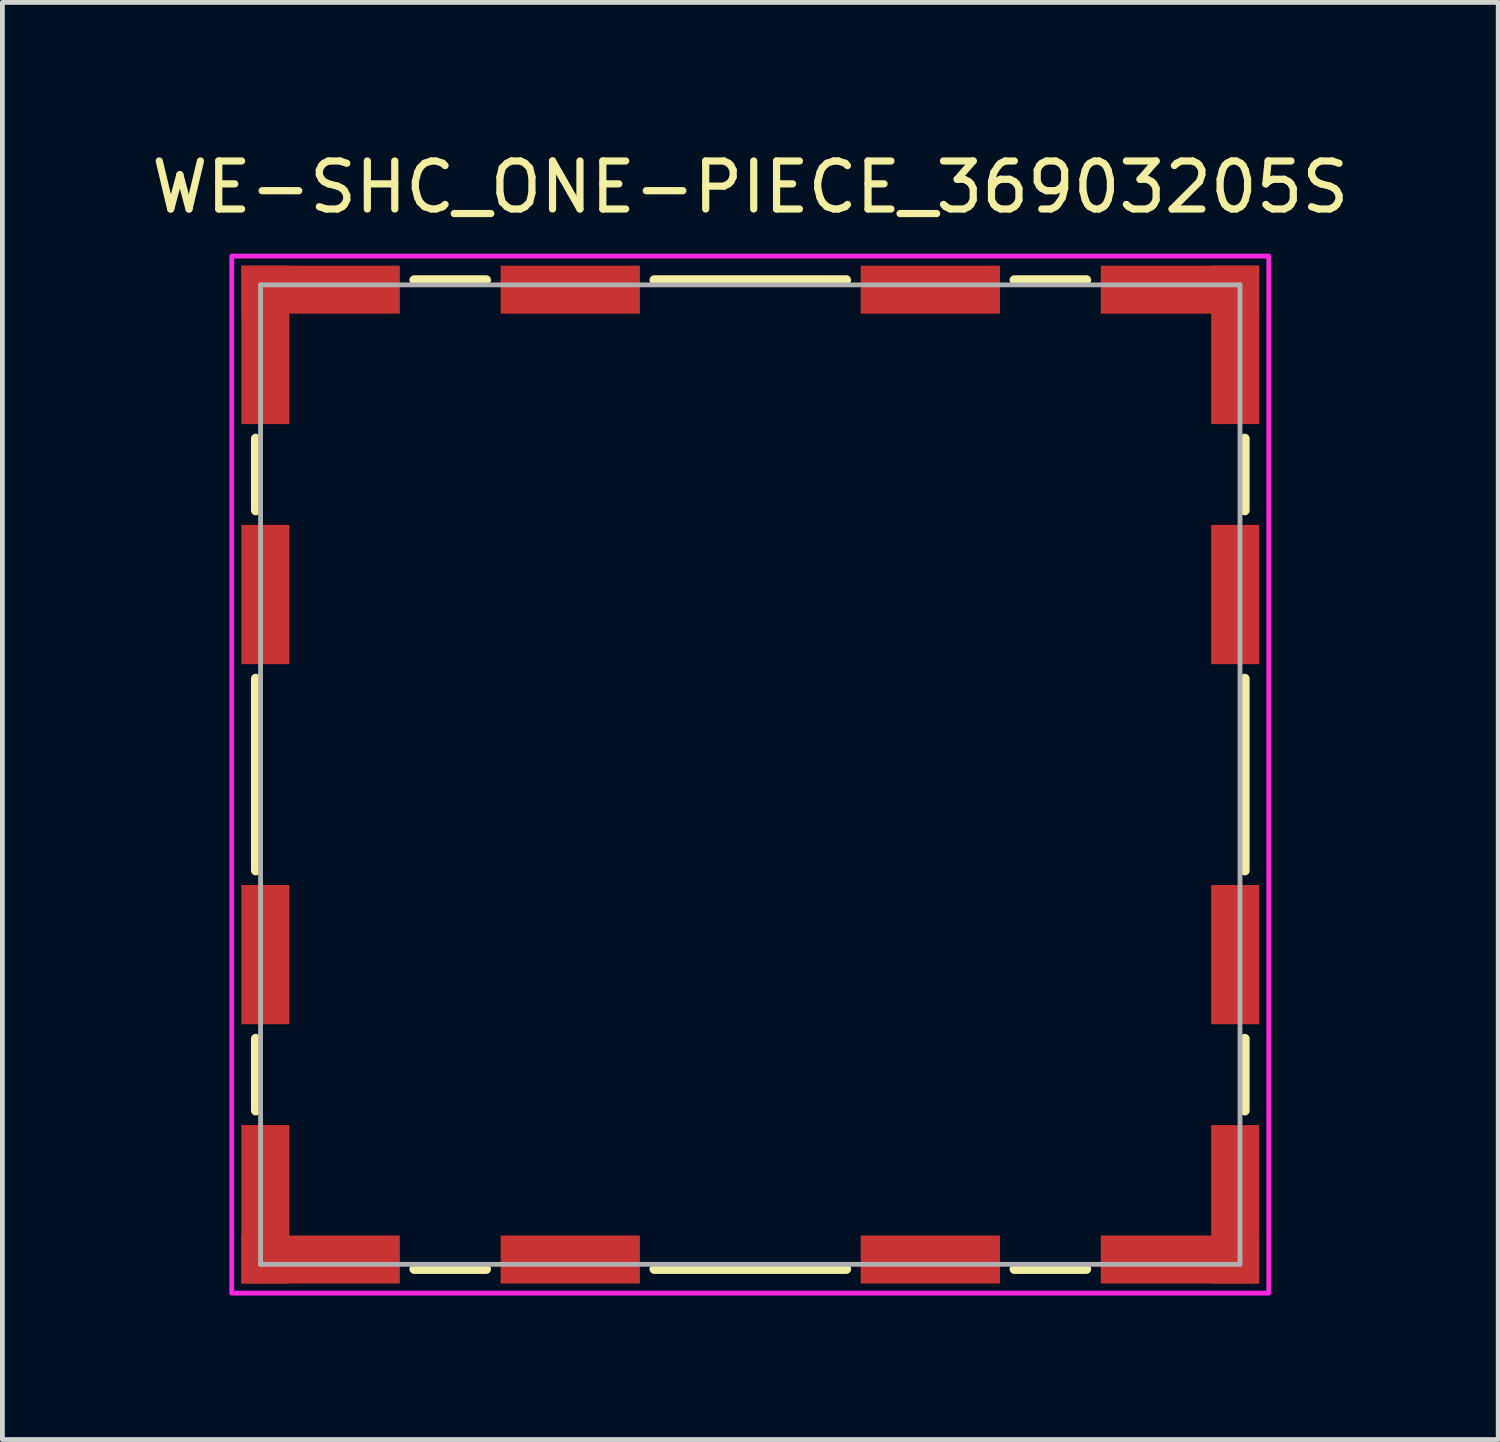
<source format=kicad_pcb>
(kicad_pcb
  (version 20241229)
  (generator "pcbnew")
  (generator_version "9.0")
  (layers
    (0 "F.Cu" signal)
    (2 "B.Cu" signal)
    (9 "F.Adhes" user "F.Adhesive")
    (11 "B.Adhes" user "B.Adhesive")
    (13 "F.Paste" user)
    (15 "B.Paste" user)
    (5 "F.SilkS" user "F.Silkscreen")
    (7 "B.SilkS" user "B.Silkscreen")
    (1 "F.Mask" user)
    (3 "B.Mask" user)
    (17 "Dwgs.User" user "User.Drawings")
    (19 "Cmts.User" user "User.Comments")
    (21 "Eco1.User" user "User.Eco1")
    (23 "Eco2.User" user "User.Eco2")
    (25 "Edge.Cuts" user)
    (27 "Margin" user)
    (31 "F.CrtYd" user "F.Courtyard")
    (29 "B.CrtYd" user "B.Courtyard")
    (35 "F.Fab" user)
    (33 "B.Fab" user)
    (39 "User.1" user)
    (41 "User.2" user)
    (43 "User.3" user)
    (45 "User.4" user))
  (footprint "WE-SHC_ONE-PIECE_36903205S"
    (layer "F.Cu")
    (at 12.577 13.083)
    (property "Reference" "WE-SHC_ONE-PIECE_36903205S" (at 0 -12.235 0) (layer "F.SilkS") (effects (font (size 1 1) (thickness 0.15))))
    (attr smd)
    (fp_line (start -10.3 -7) (end -10.3 -5.5) (stroke (width 0.2) (type solid)) (layer "F.SilkS"))
    (fp_line (start -10.3 -2) (end -10.3 2) (stroke (width 0.2) (type solid)) (layer "F.SilkS"))
    (fp_line (start -10.3 5.5) (end -10.3 7) (stroke (width 0.2) (type solid)) (layer "F.SilkS"))
    (fp_line (start -7 -10.3) (end -5.5 -10.3) (stroke (width 0.2) (type solid)) (layer "F.SilkS"))
    (fp_line (start -7 10.3) (end -5.5 10.3) (stroke (width 0.2) (type solid)) (layer "F.SilkS"))
    (fp_line (start -2 -10.3) (end 2 -10.3) (stroke (width 0.2) (type solid)) (layer "F.SilkS"))
    (fp_line (start -2 10.3) (end 2 10.3) (stroke (width 0.2) (type solid)) (layer "F.SilkS"))
    (fp_line (start 5.5 -10.3) (end 7 -10.3) (stroke (width 0.2) (type solid)) (layer "F.SilkS"))
    (fp_line (start 5.5 10.3) (end 7 10.3) (stroke (width 0.2) (type solid)) (layer "F.SilkS"))
    (fp_line (start 10.3 -7) (end 10.3 -5.5) (stroke (width 0.2) (type solid)) (layer "F.SilkS"))
    (fp_line (start 10.3 -2) (end 10.3 2) (stroke (width 0.2) (type solid)) (layer "F.SilkS"))
    (fp_line (start 10.3 5.5) (end 10.3 7) (stroke (width 0.2) (type solid)) (layer "F.SilkS"))
    (fp_poly (pts (xy -10.8 -10.8) (xy 10.8 -10.8) (xy 10.8 10.8) (xy -10.8 10.8)) (stroke (width 0.1) (type solid)) (fill no) (layer "F.CrtYd"))
    (fp_line (start -10.2 -10.2) (end 10.2 -10.2) (stroke (width 0.1) (type solid)) (layer "F.Fab"))
    (fp_line (start -10.2 10.2) (end -10.2 -10.2) (stroke (width 0.1) (type solid)) (layer "F.Fab"))
    (fp_line (start 10.2 -10.2) (end 10.2 10.2) (stroke (width 0.1) (type solid)) (layer "F.Fab"))
    (fp_line (start 10.2 10.2) (end -10.2 10.2) (stroke (width 0.1) (type solid)) (layer "F.Fab"))
    (pad "1" smd rect (at -8.95 -10.1) (size 3.3 1) (layers "F.Cu" "F.Mask" "F.Paste"))
    (pad "2" smd rect (at -3.75 -10.1) (size 2.9 1) (layers "F.Cu" "F.Mask" "F.Paste"))
    (pad "3" smd rect (at 3.75 -10.1) (size 2.9 1) (layers "F.Cu" "F.Mask" "F.Paste"))
    (pad "4" smd rect (at 8.95 -10.1) (size 3.3 1) (layers "F.Cu" "F.Mask" "F.Paste"))
    (pad "5" smd rect (at 10.1 -8.95) (size 1 3.3) (layers "F.Cu" "F.Mask" "F.Paste"))
    (pad "6" smd rect (at 10.1 -3.75) (size 1 2.9) (layers "F.Cu" "F.Mask" "F.Paste"))
    (pad "7" smd rect (at 10.1 3.75) (size 1 2.9) (layers "F.Cu" "F.Mask" "F.Paste"))
    (pad "8" smd rect (at 10.1 8.95) (size 1 3.3) (layers "F.Cu" "F.Mask" "F.Paste"))
    (pad "9" smd rect (at 8.95 10.1) (size 3.3 1) (layers "F.Cu" "F.Mask" "F.Paste"))
    (pad "10" smd rect (at 3.75 10.1) (size 2.9 1) (layers "F.Cu" "F.Mask" "F.Paste"))
    (pad "11" smd rect (at -3.75 10.1) (size 2.9 1) (layers "F.Cu" "F.Mask" "F.Paste"))
    (pad "12" smd rect (at -8.95 10.1) (size 3.3 1) (layers "F.Cu" "F.Mask" "F.Paste"))
    (pad "13" smd rect (at -10.1 8.95) (size 1 3.3) (layers "F.Cu" "F.Mask" "F.Paste"))
    (pad "14" smd rect (at -10.1 3.75) (size 1 2.9) (layers "F.Cu" "F.Mask" "F.Paste"))
    (pad "15" smd rect (at -10.1 -3.75) (size 1 2.9) (layers "F.Cu" "F.Mask" "F.Paste"))
    (pad "16" smd rect (at -10.1 -8.95) (size 1 3.3) (layers "F.Cu" "F.Mask" "F.Paste")))
  (gr_rect
    (start -3 -3)
    (end 28.155 26.933)
    (stroke (width 0.1) (type default))
    (fill no)
    (layer "Edge.Cuts")))
</source>
